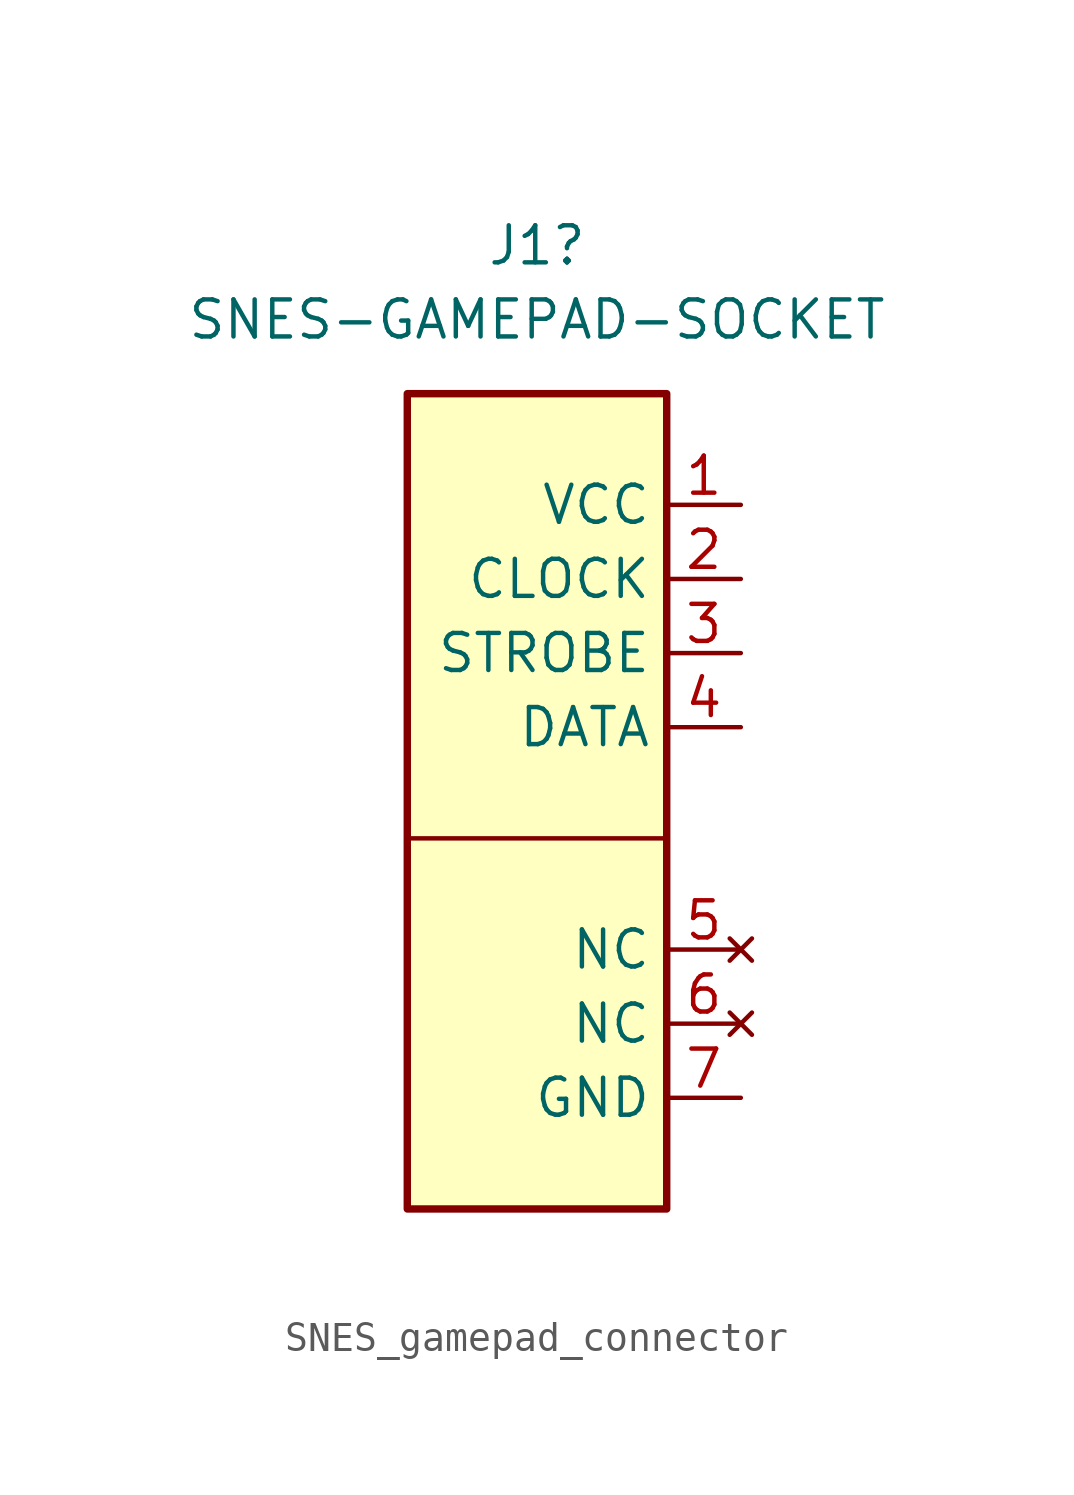
<source format=kicad_sym>
(kicad_symbol_lib
  (version 20231120)
  (generator "kicad_symbol_editor")
  (generator_version "8.0")
  (symbol "SNES_gamepad_connector"
    (property "Reference" "J1"
      (at 8.255 27.94 0)
      (effects (font (size 1.27 1.27))))
    (property "Value" "SNES-GAMEPAD-SOCKET"
      (at 8.255 25.4 0)
      (effects (font (size 1.27 1.27))))
    (symbol "SNES_gamepad_connector_0_1"
      (polyline (pts (xy 12.7 7.62) (xy 3.81 7.62)) (stroke (width 0) (type default)) (fill (type none)))
      (rectangle (start 3.81 22.86) (end 12.7 -5.08) (stroke (width 0.254) (type default)) (fill (type background))))
    (symbol "SNES_gamepad_connector_1_1"
      (pin power_in line (at 15.24 19.05 180) (length 2.54) (name "VCC" (effects (font (size 1.27 1.27)))) (number "1" (effects (font (size 1.27 1.27)))))
      (pin bidirectional line (at 15.24 16.51 180) (length 2.54) (name "CLOCK" (effects (font (size 1.27 1.27)))) (number "2" (effects (font (size 1.27 1.27)))))
      (pin bidirectional line (at 15.24 13.97 180) (length 2.54) (name "STROBE" (effects (font (size 1.27 1.27)))) (number "3" (effects (font (size 1.27 1.27)))))
      (pin bidirectional line (at 15.24 11.43 180) (length 2.54) (name "DATA" (effects (font (size 1.27 1.27)))) (number "4" (effects (font (size 1.27 1.27)))))
      (pin no_connect line (at 15.24 3.81 180) (length 2.54) (name "NC" (effects (font (size 1.27 1.27)))) (number "5" (effects (font (size 1.27 1.27)))))
      (pin no_connect line (at 15.24 1.27 180) (length 2.54) (name "NC" (effects (font (size 1.27 1.27)))) (number "6" (effects (font (size 1.27 1.27)))))
      (pin power_in line (at 15.24 -1.27 180) (length 2.54) (name "GND" (effects (font (size 1.27 1.27)))) (number "7" (effects (font (size 1.27 1.27))))))))
</source>
